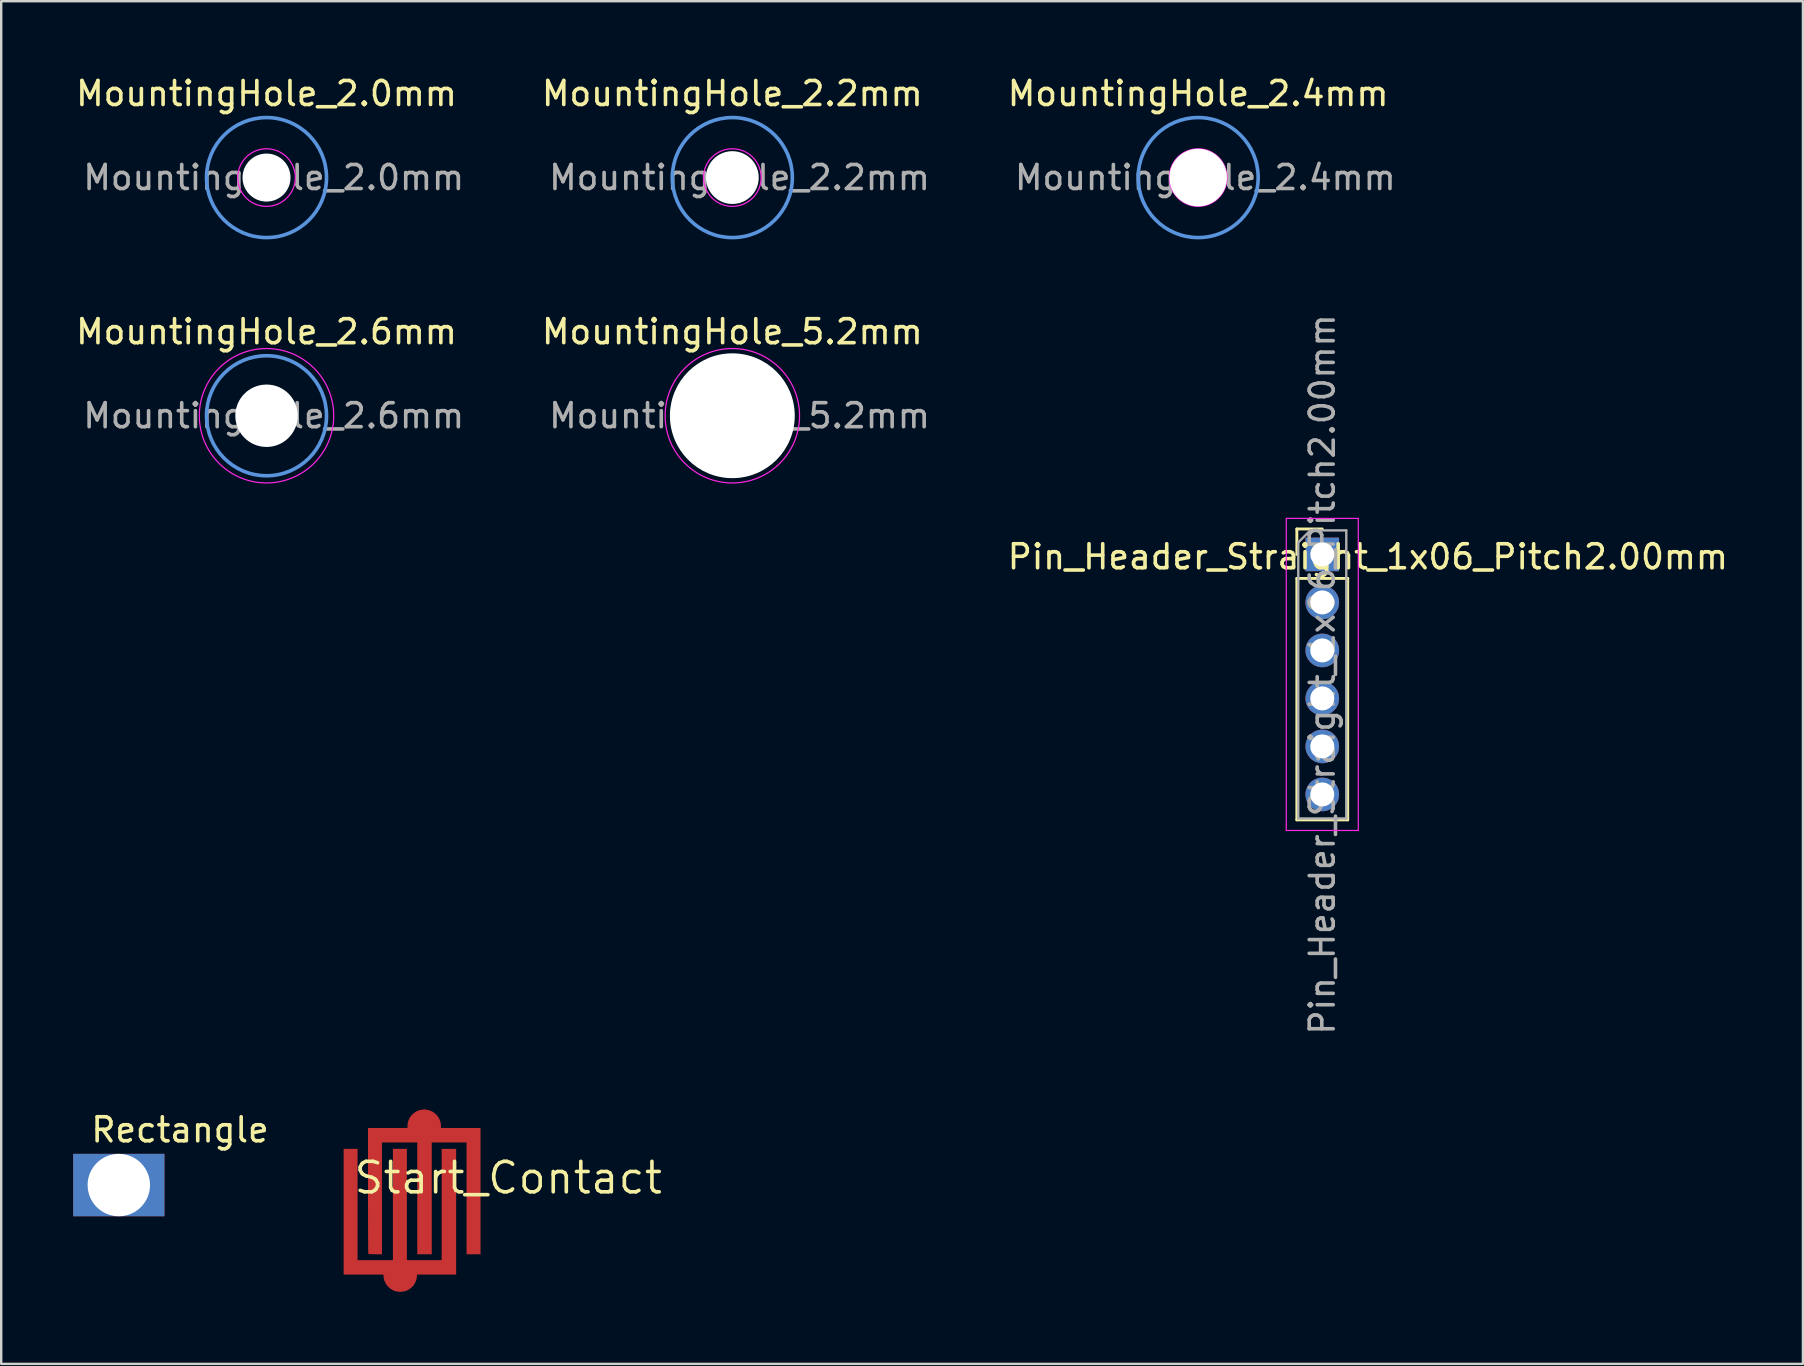
<source format=kicad_pcb>
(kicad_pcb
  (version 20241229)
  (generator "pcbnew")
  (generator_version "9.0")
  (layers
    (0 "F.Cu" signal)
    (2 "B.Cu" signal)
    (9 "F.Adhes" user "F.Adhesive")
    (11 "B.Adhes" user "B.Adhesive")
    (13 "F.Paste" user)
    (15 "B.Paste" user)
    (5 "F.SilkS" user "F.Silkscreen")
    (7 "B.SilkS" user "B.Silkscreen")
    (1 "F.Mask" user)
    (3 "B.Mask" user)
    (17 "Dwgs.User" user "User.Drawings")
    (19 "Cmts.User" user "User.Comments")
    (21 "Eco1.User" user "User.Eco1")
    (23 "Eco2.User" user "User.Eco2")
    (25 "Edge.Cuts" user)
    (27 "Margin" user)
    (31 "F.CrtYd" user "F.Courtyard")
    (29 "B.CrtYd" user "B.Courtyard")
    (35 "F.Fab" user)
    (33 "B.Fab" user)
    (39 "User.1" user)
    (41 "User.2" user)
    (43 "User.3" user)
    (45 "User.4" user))
  (footprint "Rectangle"
    (layer "F.Cu")
    (at 1.9 46.322)
    (property "Reference" "Rectangle" (at 2.55 -2.3 0) (layer "F.SilkS") (effects (font (size 1 1) (thickness 0.15))))
    (attr through_hole)
    (pad "" np_thru_hole rect (at 0 0) (size 3.8 2.6) (drill 2.6) (layers "*.Cu" "*.Mask")))
  (footprint "MountingHole_2.6mm"
    (layer "F.Cu")
    (at 8.054 14.271)
    (property "Reference" "MountingHole_2.6mm" (at 0 -3.5 0) (layer "F.SilkS") (effects (font (size 1 1) (thickness 0.15))))
    (attr exclude_from_pos_files exclude_from_bom)
    (fp_circle (center 0 0) (end 2.5 0) (stroke (width 0.15) (type solid)) (fill no) (layer "Cmts.User"))
    (fp_circle (center 0 0) (end 2.8 0) (stroke (width 0.05) (type solid)) (fill no) (layer "F.CrtYd"))
    (fp_text user "${REFERENCE}" (at 0.3 0 0) (layer "F.Fab") (effects (font (size 1 1) (thickness 0.15))))
    (pad "" np_thru_hole circle (at 0 0) (size 2.6 2.6) (drill 2.6) (layers "*.Cu" "*.Mask")))
  (footprint "MountingHole_5.2mm"
    (layer "F.Cu")
    (at 27.461 14.271)
    (property "Reference" "MountingHole_5.2mm" (at 0 -3.5 0) (layer "F.SilkS") (effects (font (size 1 1) (thickness 0.15))))
    (attr exclude_from_pos_files exclude_from_bom)
    (fp_circle (center 0 0) (end 2.5 0) (stroke (width 0.15) (type solid)) (fill no) (layer "Cmts.User"))
    (fp_circle (center 0 0) (end 2.8 0) (stroke (width 0.05) (type solid)) (fill no) (layer "F.CrtYd"))
    (fp_text user "${REFERENCE}" (at 0.3 0 0) (layer "F.Fab") (effects (font (size 1 1) (thickness 0.15))))
    (pad "" np_thru_hole circle (at 0 0) (size 5.2 5.2) (drill 5.2) (layers "*.Cu" "*.Mask")))
  (footprint "MountingHole_2.0mm"
    (layer "F.Cu")
    (at 8.054 4.348)
    (property "Reference" "MountingHole_2.0mm" (at 0 -3.5 0) (layer "F.SilkS") (effects (font (size 1 1) (thickness 0.15))))
    (attr exclude_from_pos_files exclude_from_bom)
    (fp_circle (center 0 0) (end 2.5 0) (stroke (width 0.15) (type solid)) (fill no) (layer "Cmts.User"))
    (fp_circle (center 0 0) (end 1.2 0) (stroke (width 0.05) (type solid)) (fill no) (layer "F.CrtYd"))
    (fp_text user "${REFERENCE}" (at 0.3 0 0) (layer "F.Fab") (effects (font (size 1 1) (thickness 0.15))))
    (pad "" np_thru_hole circle (at 0 0) (size 2 2) (drill 2) (layers "*.Cu" "*.Mask")))
  (footprint "MountingHole_2.4mm"
    (layer "F.Cu")
    (at 46.868 4.348)
    (property "Reference" "MountingHole_2.4mm" (at 0 -3.5 0) (layer "F.SilkS") (effects (font (size 1 1) (thickness 0.15))))
    (attr exclude_from_pos_files exclude_from_bom)
    (fp_circle (center 0 0) (end 2.5 0) (stroke (width 0.15) (type solid)) (fill no) (layer "Cmts.User"))
    (fp_circle (center 0 0) (end 1.2 0) (stroke (width 0.05) (type solid)) (fill no) (layer "F.CrtYd"))
    (fp_text user "${REFERENCE}" (at 0.3 0 0) (layer "F.Fab") (effects (font (size 1 1) (thickness 0.15))))
    (pad "" np_thru_hole circle (at 0 0) (size 2.4 2.4) (drill 2.4) (layers "*.Cu" "*.Mask")))
  (footprint "Start_Contact"
    (layer "F.Cu")
    (at 14.124 47.073)
    (property "Reference" "Start_Contact" (at 4 -1.05 0) (layer "F.SilkS") (effects (font (size 1.27 1.27) (thickness 0.15))))
    (attr through_hole)
    (fp_poly (pts (xy 2.8 2.9) (xy -2.8 2.9) (xy -2.8 -3.1) (xy 2.8 -3.1)) (stroke (width 0.1) (type solid)) (fill yes) (layer "F.Mask"))
    (pad "1" smd custom (at 0.5 -3.2) (size 1.4 1.4) (layers "F.Cu" "F.Mask" "F.Paste") (options (anchor circle)) (primitives (gr_poly (pts (xy 0.203 -0.388) (xy 0.21 -0.386) (xy 0.306 -0.341) (xy 0.395 -0.266) (xy 0.469 -0.171) (xy 0.521 -0.067) (xy 0.541 0.034) (xy 0.541 0.039) (xy 0.543 0.048) (xy 0.551 0.056) (xy 0.568 0.062) (xy 0.599 0.067) (xy 0.648 0.071) (xy 0.717 0.074) (xy 0.81 0.075) (xy 0.932 0.077) (xy 1.087 0.077) (xy 1.277 0.077) (xy 1.441 0.077) (xy 2.341 0.077) (xy 2.341 5.327) (xy 1.769 5.327) (xy 1.769 0.67) (xy 0.309 0.67) (xy 0.309 5.327) (xy -0.284 5.327) (xy -0.284 0.67) (xy -1.766 0.67) (xy -1.766 5.327) (xy -2.037 5.327) (xy -2.141 5.326) (xy -2.228 5.323) (xy -2.291 5.319) (xy -2.322 5.313) (xy -2.323 5.313) (xy -2.325 5.29) (xy -2.327 5.228) (xy -2.328 5.128) (xy -2.33 4.994) (xy -2.331 4.828) (xy -2.332 4.632) (xy -2.334 4.41) (xy -2.335 4.163) (xy -2.336 3.894) (xy -2.336 3.606) (xy -2.337 3.302) (xy -2.337 2.983) (xy -2.337 2.688) (xy -2.337 0.077) (xy -0.434 0.077) (xy -0.42 -0.002) (xy -0.375 -0.138) (xy -0.3 -0.251) (xy -0.199 -0.335) (xy -0.077 -0.388) (xy 0.058 -0.407) (xy 0.203 -0.388)) (width 0.01) (fill yes))))
    (pad "2" smd custom (at -0.5 3) (size 1.4 1.4) (layers "F.Cu" "F.Mask" "F.Paste") (options (anchor circle)) (primitives (gr_poly (pts (xy -1.782 -0.619) (xy -0.3 -0.619) (xy -0.3 -5.255) (xy 0.272 -5.255) (xy 0.272 -0.619) (xy 1.732 -0.619) (xy 1.732 -5.255) (xy 2.325 -5.255) (xy 2.325 -0.026) (xy 0.428 -0.026) (xy 0.401 0.077) (xy 0.348 0.202) (xy 0.262 0.309) (xy 0.15 0.39) (xy 0.019 0.441) (xy -0.054 0.453) (xy -0.127 0.456) (xy -0.189 0.443) (xy -0.262 0.412) (xy -0.279 0.404) (xy -0.393 0.326) (xy -0.48 0.228) (xy -0.533 0.118) (xy -0.545 0.069) (xy -0.559 -0.026) (xy -2.353 -0.026) (xy -2.353 -5.255) (xy -1.782 -5.255) (xy -1.782 -0.619)) (width 0.01) (fill yes)))))
  (footprint "Pin_Header_Straight_1x06_Pitch2.00mm"
    (layer "F.Cu")
    (at 52.039 20.048)
    (property "Reference" "Pin_Header_Straight_1x06_Pitch2.00mm" (at 1.9 0.1 180) (layer "F.SilkS") (effects (font (size 1 1) (thickness 0.15))))
    (attr through_hole)
    (fp_line (start -1.06 -1.06) (end 0 -1.06) (stroke (width 0.12) (type solid)) (layer "F.SilkS"))
    (fp_line (start -1.06 0) (end -1.06 -1.06) (stroke (width 0.12) (type solid)) (layer "F.SilkS"))
    (fp_line (start -1.06 1) (end -1.06 11.06) (stroke (width 0.12) (type solid)) (layer "F.SilkS"))
    (fp_line (start -1.06 1) (end 1.06 1) (stroke (width 0.12) (type solid)) (layer "F.SilkS"))
    (fp_line (start -1.06 11.06) (end 1.06 11.06) (stroke (width 0.12) (type solid)) (layer "F.SilkS"))
    (fp_line (start 1.06 1) (end 1.06 11.06) (stroke (width 0.12) (type solid)) (layer "F.SilkS"))
    (fp_line (start -1.5 -1.5) (end -1.5 11.5) (stroke (width 0.05) (type solid)) (layer "F.CrtYd"))
    (fp_line (start -1.5 11.5) (end 1.5 11.5) (stroke (width 0.05) (type solid)) (layer "F.CrtYd"))
    (fp_line (start 1.5 -1.5) (end -1.5 -1.5) (stroke (width 0.05) (type solid)) (layer "F.CrtYd"))
    (fp_line (start 1.5 11.5) (end 1.5 -1.5) (stroke (width 0.05) (type solid)) (layer "F.CrtYd"))
    (fp_line (start -1 -0.5) (end -0.5 -1) (stroke (width 0.1) (type solid)) (layer "F.Fab"))
    (fp_line (start -1 11) (end -1 -0.5) (stroke (width 0.1) (type solid)) (layer "F.Fab"))
    (fp_line (start -0.5 -1) (end 1 -1) (stroke (width 0.1) (type solid)) (layer "F.Fab"))
    (fp_line (start 1 -1) (end 1 11) (stroke (width 0.1) (type solid)) (layer "F.Fab"))
    (fp_line (start 1 11) (end -1 11) (stroke (width 0.1) (type solid)) (layer "F.Fab"))
    (fp_text user "${REFERENCE}" (at 0 5 90) (layer "F.Fab") (effects (font (size 1 1) (thickness 0.15))))
    (pad "1" thru_hole rect (at 0 0) (size 1.4 1.4) (drill 1) (layers "*.Cu" "*.Mask"))
    (pad "2" thru_hole oval (at 0 2) (size 1.4 1.4) (drill 1) (layers "*.Cu" "*.Mask"))
    (pad "3" thru_hole oval (at 0 4) (size 1.4 1.4) (drill 1) (layers "*.Cu" "*.Mask"))
    (pad "4" thru_hole oval (at 0 6) (size 1.4 1.4) (drill 1) (layers "*.Cu" "*.Mask"))
    (pad "5" thru_hole oval (at 0 8) (size 1.4 1.4) (drill 1) (layers "*.Cu" "*.Mask"))
    (pad "6" thru_hole oval (at 0 10) (size 1.4 1.4) (drill 1) (layers "*.Cu" "*.Mask")))
  (footprint "MountingHole_2.2mm"
    (layer "F.Cu")
    (at 27.461 4.348)
    (property "Reference" "MountingHole_2.2mm" (at 0 -3.5 0) (layer "F.SilkS") (effects (font (size 1 1) (thickness 0.15))))
    (attr exclude_from_pos_files exclude_from_bom)
    (fp_circle (center 0 0) (end 2.5 0) (stroke (width 0.15) (type solid)) (fill no) (layer "Cmts.User"))
    (fp_circle (center 0 0) (end 1.2 0) (stroke (width 0.05) (type solid)) (fill no) (layer "F.CrtYd"))
    (fp_text user "${REFERENCE}" (at 0.3 0 0) (layer "F.Fab") (effects (font (size 1 1) (thickness 0.15))))
    (pad "" np_thru_hole circle (at 0 0) (size 2.2 2.2) (drill 2.2) (layers "*.Cu" "*.Mask")))
  (gr_rect
    (start -3 -3)
    (end 72.064 53.773)
    (stroke (width 0.1) (type default))
    (fill no)
    (layer "Edge.Cuts")))
</source>
